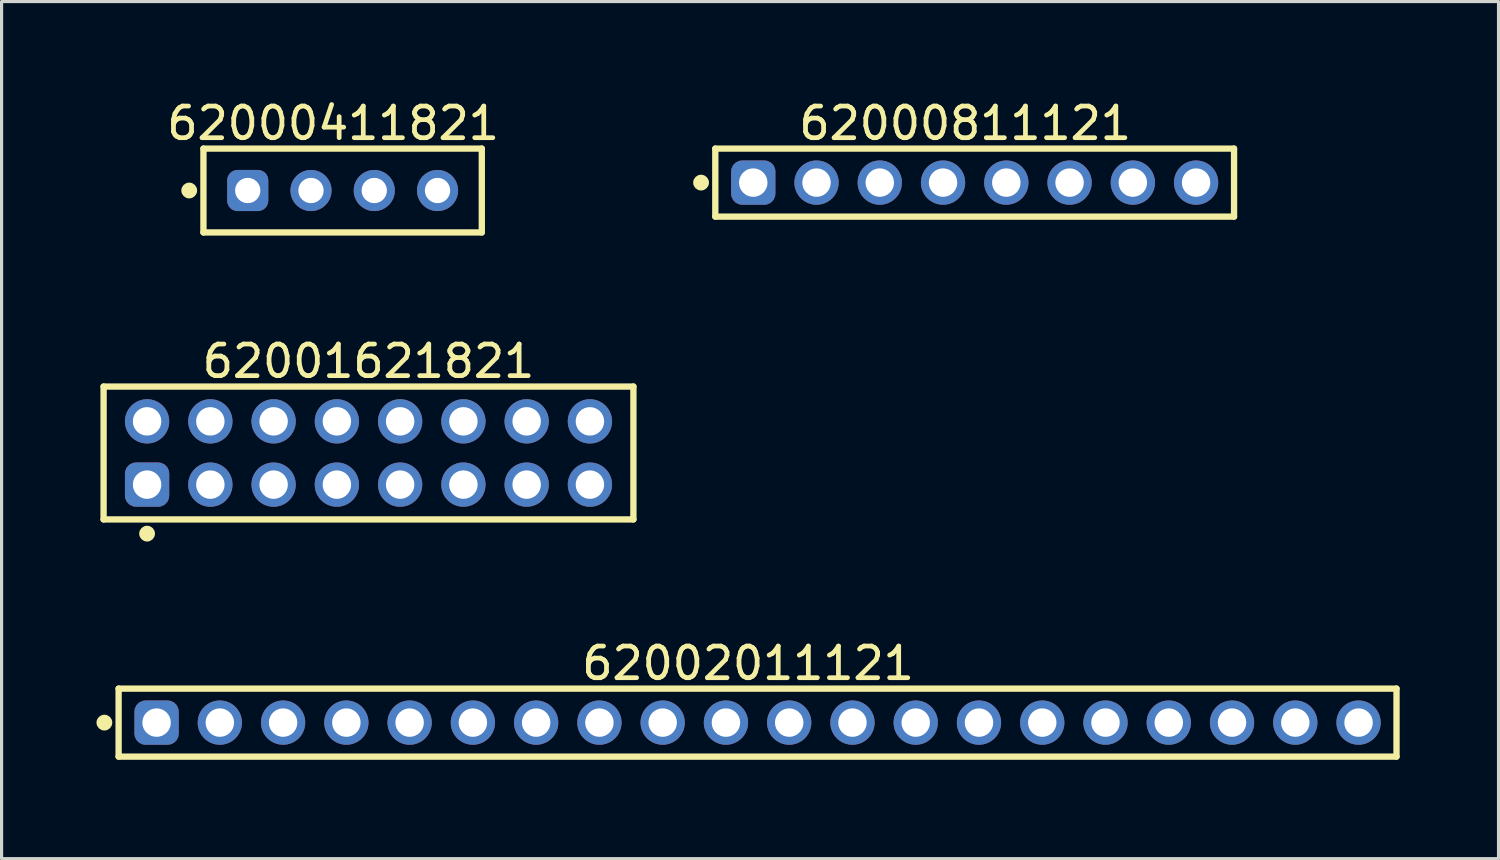
<source format=kicad_pcb>
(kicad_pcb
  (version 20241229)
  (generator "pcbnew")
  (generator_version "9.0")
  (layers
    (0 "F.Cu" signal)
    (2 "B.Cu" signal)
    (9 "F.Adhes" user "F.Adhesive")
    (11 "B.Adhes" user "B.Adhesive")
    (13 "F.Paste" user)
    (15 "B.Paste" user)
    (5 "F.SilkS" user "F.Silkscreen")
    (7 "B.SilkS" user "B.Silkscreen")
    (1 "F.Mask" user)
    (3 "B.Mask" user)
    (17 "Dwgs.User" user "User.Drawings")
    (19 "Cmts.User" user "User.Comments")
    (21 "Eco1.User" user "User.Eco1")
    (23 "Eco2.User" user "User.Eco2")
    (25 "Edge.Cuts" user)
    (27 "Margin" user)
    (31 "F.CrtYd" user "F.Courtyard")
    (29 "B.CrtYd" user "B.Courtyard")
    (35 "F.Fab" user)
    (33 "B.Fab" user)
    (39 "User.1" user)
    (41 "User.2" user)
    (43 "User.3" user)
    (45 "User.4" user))
  (footprint "62000811121"
    (layer "F.Cu")
    (at 27.764 2.723)
    (property "Reference" "62000811121" (at -0.3 -1.875 0) (layer "F.SilkS") (effects (font (size 1 1) (thickness 0.15))))
    (fp_line (start -8.2 -1.075) (end 8.2 -1.075) (stroke (width 0.2) (type solid)) (layer "F.SilkS"))
    (fp_line (start -8.2 1.075) (end -8.2 -1.075) (stroke (width 0.2) (type solid)) (layer "F.SilkS"))
    (fp_line (start -8.2 1.075) (end 8.2 1.075) (stroke (width 0.2) (type solid)) (layer "F.SilkS"))
    (fp_line (start 8.2 1.075) (end 8.2 -1.075) (stroke (width 0.2) (type solid)) (layer "F.SilkS"))
    (fp_circle (center -8.65 0) (end -8.65 -0.125) (stroke (width 0.25) (type solid)) (fill no) (layer "F.SilkS"))
    (fp_line (start -8.4 -1.275) (end 8.4 -1.275) (stroke (width 0.05) (type solid)) (layer "Eco2.User"))
    (fp_line (start -8.4 1.275) (end -8.4 -1.275) (stroke (width 0.05) (type solid)) (layer "Eco2.User"))
    (fp_line (start -8.4 1.275) (end 8.4 1.275) (stroke (width 0.05) (type solid)) (layer "Eco2.User"))
    (fp_line (start -8 -1) (end 8 -1) (stroke (width 0.1) (type solid)) (layer "Eco2.User"))
    (fp_line (start -8 1) (end -8 -1) (stroke (width 0.1) (type solid)) (layer "Eco2.User"))
    (fp_line (start -8 1) (end 8 1) (stroke (width 0.1) (type solid)) (layer "Eco2.User"))
    (fp_line (start -0.5 0) (end 0.5 0) (stroke (width 0.05) (type solid)) (layer "Eco2.User"))
    (fp_line (start 0 0.5) (end 0 -0.5) (stroke (width 0.05) (type solid)) (layer "Eco2.User"))
    (fp_line (start 8 1) (end 8 -1) (stroke (width 0.1) (type solid)) (layer "Eco2.User"))
    (fp_line (start 8.4 1.275) (end 8.4 -1.275) (stroke (width 0.05) (type solid)) (layer "Eco2.User"))
    (fp_text user "${REFERENCE}" (at 0.12 -0.158 0) (unlocked yes) (layer "User.3") (effects (font (size 1.2 1.2) (thickness 0.12))))
    (pad "1" thru_hole roundrect (at -7 0) (size 1.4 1.4) (drill 0.9) (layers "*.Cu" "*.Mask") (roundrect_rratio 0.25))
    (pad "2" thru_hole circle (at -5 0) (size 1.4 1.4) (drill 0.9) (layers "*.Cu" "*.Mask"))
    (pad "3" thru_hole circle (at -3 0) (size 1.4 1.4) (drill 0.9) (layers "*.Cu" "*.Mask"))
    (pad "4" thru_hole circle (at -1 0) (size 1.4 1.4) (drill 0.9) (layers "*.Cu" "*.Mask"))
    (pad "5" thru_hole circle (at 1 0) (size 1.4 1.4) (drill 0.9) (layers "*.Cu" "*.Mask"))
    (pad "6" thru_hole circle (at 3 0) (size 1.4 1.4) (drill 0.9) (layers "*.Cu" "*.Mask"))
    (pad "7" thru_hole circle (at 5 0) (size 1.4 1.4) (drill 0.9) (layers "*.Cu" "*.Mask"))
    (pad "8" thru_hole circle (at 7 0) (size 1.4 1.4) (drill 0.9) (layers "*.Cu" "*.Mask")))
  (footprint "62000411821"
    (layer "F.Cu")
    (at 7.782 2.973)
    (property "Reference" "62000411821" (at -0.3 -2.125 0) (layer "F.SilkS") (effects (font (size 1 1) (thickness 0.15))))
    (fp_line (start -4.4 -1.325) (end 4.4 -1.325) (stroke (width 0.2) (type solid)) (layer "F.SilkS"))
    (fp_line (start -4.4 1.325) (end -4.4 -1.325) (stroke (width 0.2) (type solid)) (layer "F.SilkS"))
    (fp_line (start -4.4 1.325) (end 4.4 1.325) (stroke (width 0.2) (type solid)) (layer "F.SilkS"))
    (fp_line (start 4.4 1.325) (end 4.4 -1.325) (stroke (width 0.2) (type solid)) (layer "F.SilkS"))
    (fp_circle (center -4.85 0) (end -4.85 -0.125) (stroke (width 0.25) (type solid)) (fill no) (layer "F.SilkS"))
    (fp_line (start -4.6 -1.525) (end 4.6 -1.525) (stroke (width 0.05) (type solid)) (layer "Eco2.User"))
    (fp_line (start -4.6 1.525) (end -4.6 -1.525) (stroke (width 0.05) (type solid)) (layer "Eco2.User"))
    (fp_line (start -4.6 1.525) (end 4.6 1.525) (stroke (width 0.05) (type solid)) (layer "Eco2.User"))
    (fp_line (start -4.25 -1.25) (end 4.25 -1.25) (stroke (width 0.1) (type solid)) (layer "Eco2.User"))
    (fp_line (start -4.25 1.25) (end -4.25 -1.25) (stroke (width 0.1) (type solid)) (layer "Eco2.User"))
    (fp_line (start -4.25 1.25) (end 4.25 1.25) (stroke (width 0.1) (type solid)) (layer "Eco2.User"))
    (fp_line (start -0.5 0) (end 0.5 0) (stroke (width 0.05) (type solid)) (layer "Eco2.User"))
    (fp_line (start 0 0.5) (end 0 -0.5) (stroke (width 0.05) (type solid)) (layer "Eco2.User"))
    (fp_line (start 4.25 1.25) (end 4.25 -1.25) (stroke (width 0.1) (type solid)) (layer "Eco2.User"))
    (fp_line (start 4.6 1.525) (end 4.6 -1.525) (stroke (width 0.05) (type solid)) (layer "Eco2.User"))
    (fp_text user "${REFERENCE}" (at 0.15 -0.197 0) (unlocked yes) (layer "User.3") (effects (font (size 1.5 1.5) (thickness 0.15))))
    (pad "1" thru_hole roundrect (at -3 0) (size 1.3 1.3) (drill 0.8) (layers "*.Cu" "*.Mask") (roundrect_rratio 0.25))
    (pad "2" thru_hole circle (at -1 0) (size 1.3 1.3) (drill 0.8) (layers "*.Cu" "*.Mask"))
    (pad "3" thru_hole circle (at 1 0) (size 1.3 1.3) (drill 0.8) (layers "*.Cu" "*.Mask"))
    (pad "4" thru_hole circle (at 3 0) (size 1.3 1.3) (drill 0.8) (layers "*.Cu" "*.Mask")))
  (footprint "62001621821"
    (layer "F.Cu")
    (at 8.6 11.271)
    (property "Reference" "62001621821" (at 0 -2.9 0) (layer "F.SilkS") (effects (font (size 1 1) (thickness 0.15))))
    (fp_line (start -8.375 -2.1) (end 8.375 -2.1) (stroke (width 0.2) (type solid)) (layer "F.SilkS"))
    (fp_line (start -8.375 2.1) (end -8.375 -2.1) (stroke (width 0.2) (type solid)) (layer "F.SilkS"))
    (fp_line (start -8.375 2.1) (end 8.375 2.1) (stroke (width 0.2) (type solid)) (layer "F.SilkS"))
    (fp_line (start 8.375 2.1) (end 8.375 -2.1) (stroke (width 0.2) (type solid)) (layer "F.SilkS"))
    (fp_circle (center -7 2.55) (end -7 2.425) (stroke (width 0.25) (type solid)) (fill no) (layer "F.SilkS"))
    (fp_line (start -8.575 -2.3) (end 8.575 -2.3) (stroke (width 0.05) (type solid)) (layer "Eco2.User"))
    (fp_line (start -8.575 2.3) (end -8.575 -2.3) (stroke (width 0.05) (type solid)) (layer "Eco2.User"))
    (fp_line (start -8.575 2.3) (end 8.575 2.3) (stroke (width 0.05) (type solid)) (layer "Eco2.User"))
    (fp_line (start -8.2 -2) (end 8.2 -2) (stroke (width 0.1) (type solid)) (layer "Eco2.User"))
    (fp_line (start -8.2 2) (end -8.2 -2) (stroke (width 0.1) (type solid)) (layer "Eco2.User"))
    (fp_line (start -8.2 2) (end 8.2 2) (stroke (width 0.1) (type solid)) (layer "Eco2.User"))
    (fp_line (start -0.5 0) (end 0.5 0) (stroke (width 0.05) (type solid)) (layer "Eco2.User"))
    (fp_line (start 0 0.5) (end 0 -0.5) (stroke (width 0.05) (type solid)) (layer "Eco2.User"))
    (fp_line (start 8.2 2) (end 8.2 -2) (stroke (width 0.1) (type solid)) (layer "Eco2.User"))
    (fp_line (start 8.575 2.3) (end 8.575 -2.3) (stroke (width 0.05) (type solid)) (layer "Eco2.User"))
    (fp_text user "${REFERENCE}" (at 0.1 -0.131 0) (unlocked yes) (layer "User.3") (effects (font (size 1 1) (thickness 0.1))))
    (pad "1" thru_hole roundrect (at -7 1) (size 1.4 1.4) (drill 0.9) (layers "*.Cu" "*.Mask") (roundrect_rratio 0.25))
    (pad "2" thru_hole circle (at -7 -1) (size 1.4 1.4) (drill 0.9) (layers "*.Cu" "*.Mask"))
    (pad "3" thru_hole circle (at -5 1) (size 1.4 1.4) (drill 0.9) (layers "*.Cu" "*.Mask"))
    (pad "4" thru_hole circle (at -5 -1) (size 1.4 1.4) (drill 0.9) (layers "*.Cu" "*.Mask"))
    (pad "5" thru_hole circle (at -3 1) (size 1.4 1.4) (drill 0.9) (layers "*.Cu" "*.Mask"))
    (pad "6" thru_hole circle (at -3 -1) (size 1.4 1.4) (drill 0.9) (layers "*.Cu" "*.Mask"))
    (pad "7" thru_hole circle (at -1 1) (size 1.4 1.4) (drill 0.9) (layers "*.Cu" "*.Mask"))
    (pad "8" thru_hole circle (at -1 -1) (size 1.4 1.4) (drill 0.9) (layers "*.Cu" "*.Mask"))
    (pad "9" thru_hole circle (at 1 1) (size 1.4 1.4) (drill 0.9) (layers "*.Cu" "*.Mask"))
    (pad "10" thru_hole circle (at 1 -1) (size 1.4 1.4) (drill 0.9) (layers "*.Cu" "*.Mask"))
    (pad "11" thru_hole circle (at 3 1) (size 1.4 1.4) (drill 0.9) (layers "*.Cu" "*.Mask"))
    (pad "12" thru_hole circle (at 3 -1) (size 1.4 1.4) (drill 0.9) (layers "*.Cu" "*.Mask"))
    (pad "13" thru_hole circle (at 5 1) (size 1.4 1.4) (drill 0.9) (layers "*.Cu" "*.Mask"))
    (pad "14" thru_hole circle (at 5 -1) (size 1.4 1.4) (drill 0.9) (layers "*.Cu" "*.Mask"))
    (pad "15" thru_hole circle (at 7 1) (size 1.4 1.4) (drill 0.9) (layers "*.Cu" "*.Mask"))
    (pad "16" thru_hole circle (at 7 -1) (size 1.4 1.4) (drill 0.9) (layers "*.Cu" "*.Mask")))
  (footprint "62002011121"
    (layer "F.Cu")
    (at 20.9 19.795)
    (property "Reference" "62002011121" (at -0.3 -1.875 0) (layer "F.SilkS") (effects (font (size 1 1) (thickness 0.15))))
    (fp_line (start -20.2 -1.075) (end 20.2 -1.075) (stroke (width 0.2) (type solid)) (layer "F.SilkS"))
    (fp_line (start -20.2 1.075) (end -20.2 -1.075) (stroke (width 0.2) (type solid)) (layer "F.SilkS"))
    (fp_line (start -20.2 1.075) (end 20.2 1.075) (stroke (width 0.2) (type solid)) (layer "F.SilkS"))
    (fp_line (start 20.2 1.075) (end 20.2 -1.075) (stroke (width 0.2) (type solid)) (layer "F.SilkS"))
    (fp_circle (center -20.65 0) (end -20.65 -0.125) (stroke (width 0.25) (type solid)) (fill no) (layer "F.SilkS"))
    (fp_line (start -20.4 -1.275) (end 20.4 -1.275) (stroke (width 0.05) (type solid)) (layer "Eco2.User"))
    (fp_line (start -20.4 1.275) (end -20.4 -1.275) (stroke (width 0.05) (type solid)) (layer "Eco2.User"))
    (fp_line (start -20.4 1.275) (end 20.4 1.275) (stroke (width 0.05) (type solid)) (layer "Eco2.User"))
    (fp_line (start -20 -1) (end 20 -1) (stroke (width 0.1) (type solid)) (layer "Eco2.User"))
    (fp_line (start -20 1) (end -20 -1) (stroke (width 0.1) (type solid)) (layer "Eco2.User"))
    (fp_line (start -20 1) (end 20 1) (stroke (width 0.1) (type solid)) (layer "Eco2.User"))
    (fp_line (start -0.5 0) (end 0.5 0) (stroke (width 0.05) (type solid)) (layer "Eco2.User"))
    (fp_line (start 0 0.5) (end 0 -0.5) (stroke (width 0.05) (type solid)) (layer "Eco2.User"))
    (fp_line (start 20 1) (end 20 -1) (stroke (width 0.1) (type solid)) (layer "Eco2.User"))
    (fp_line (start 20.4 1.275) (end 20.4 -1.275) (stroke (width 0.05) (type solid)) (layer "Eco2.User"))
    (fp_text user "${REFERENCE}" (at 0.12 -0.158 0) (unlocked yes) (layer "User.3") (effects (font (size 1.2 1.2) (thickness 0.12))))
    (pad "1" thru_hole roundrect (at -19 0) (size 1.4 1.4) (drill 0.9) (layers "*.Cu" "*.Mask") (roundrect_rratio 0.25))
    (pad "2" thru_hole circle (at -17 0) (size 1.4 1.4) (drill 0.9) (layers "*.Cu" "*.Mask"))
    (pad "3" thru_hole circle (at -15 0) (size 1.4 1.4) (drill 0.9) (layers "*.Cu" "*.Mask"))
    (pad "4" thru_hole circle (at -13 0) (size 1.4 1.4) (drill 0.9) (layers "*.Cu" "*.Mask"))
    (pad "5" thru_hole circle (at -11 0) (size 1.4 1.4) (drill 0.9) (layers "*.Cu" "*.Mask"))
    (pad "6" thru_hole circle (at -9 0) (size 1.4 1.4) (drill 0.9) (layers "*.Cu" "*.Mask"))
    (pad "7" thru_hole circle (at -7 0) (size 1.4 1.4) (drill 0.9) (layers "*.Cu" "*.Mask"))
    (pad "8" thru_hole circle (at -5 0) (size 1.4 1.4) (drill 0.9) (layers "*.Cu" "*.Mask"))
    (pad "9" thru_hole circle (at -3 0) (size 1.4 1.4) (drill 0.9) (layers "*.Cu" "*.Mask"))
    (pad "10" thru_hole circle (at -1 0) (size 1.4 1.4) (drill 0.9) (layers "*.Cu" "*.Mask"))
    (pad "11" thru_hole circle (at 1 0) (size 1.4 1.4) (drill 0.9) (layers "*.Cu" "*.Mask"))
    (pad "12" thru_hole circle (at 3 0) (size 1.4 1.4) (drill 0.9) (layers "*.Cu" "*.Mask"))
    (pad "13" thru_hole circle (at 5 0) (size 1.4 1.4) (drill 0.9) (layers "*.Cu" "*.Mask"))
    (pad "14" thru_hole circle (at 7 0) (size 1.4 1.4) (drill 0.9) (layers "*.Cu" "*.Mask"))
    (pad "15" thru_hole circle (at 9 0) (size 1.4 1.4) (drill 0.9) (layers "*.Cu" "*.Mask"))
    (pad "16" thru_hole circle (at 11 0) (size 1.4 1.4) (drill 0.9) (layers "*.Cu" "*.Mask"))
    (pad "17" thru_hole circle (at 13 0) (size 1.4 1.4) (drill 0.9) (layers "*.Cu" "*.Mask"))
    (pad "18" thru_hole circle (at 15 0) (size 1.4 1.4) (drill 0.9) (layers "*.Cu" "*.Mask"))
    (pad "19" thru_hole circle (at 17 0) (size 1.4 1.4) (drill 0.9) (layers "*.Cu" "*.Mask"))
    (pad "20" thru_hole circle (at 19 0) (size 1.4 1.4) (drill 0.9) (layers "*.Cu" "*.Mask")))
  (gr_rect
    (start -3 -3)
    (end 44.325 24.095)
    (stroke (width 0.1) (type default))
    (fill no)
    (layer "Edge.Cuts")))
</source>
